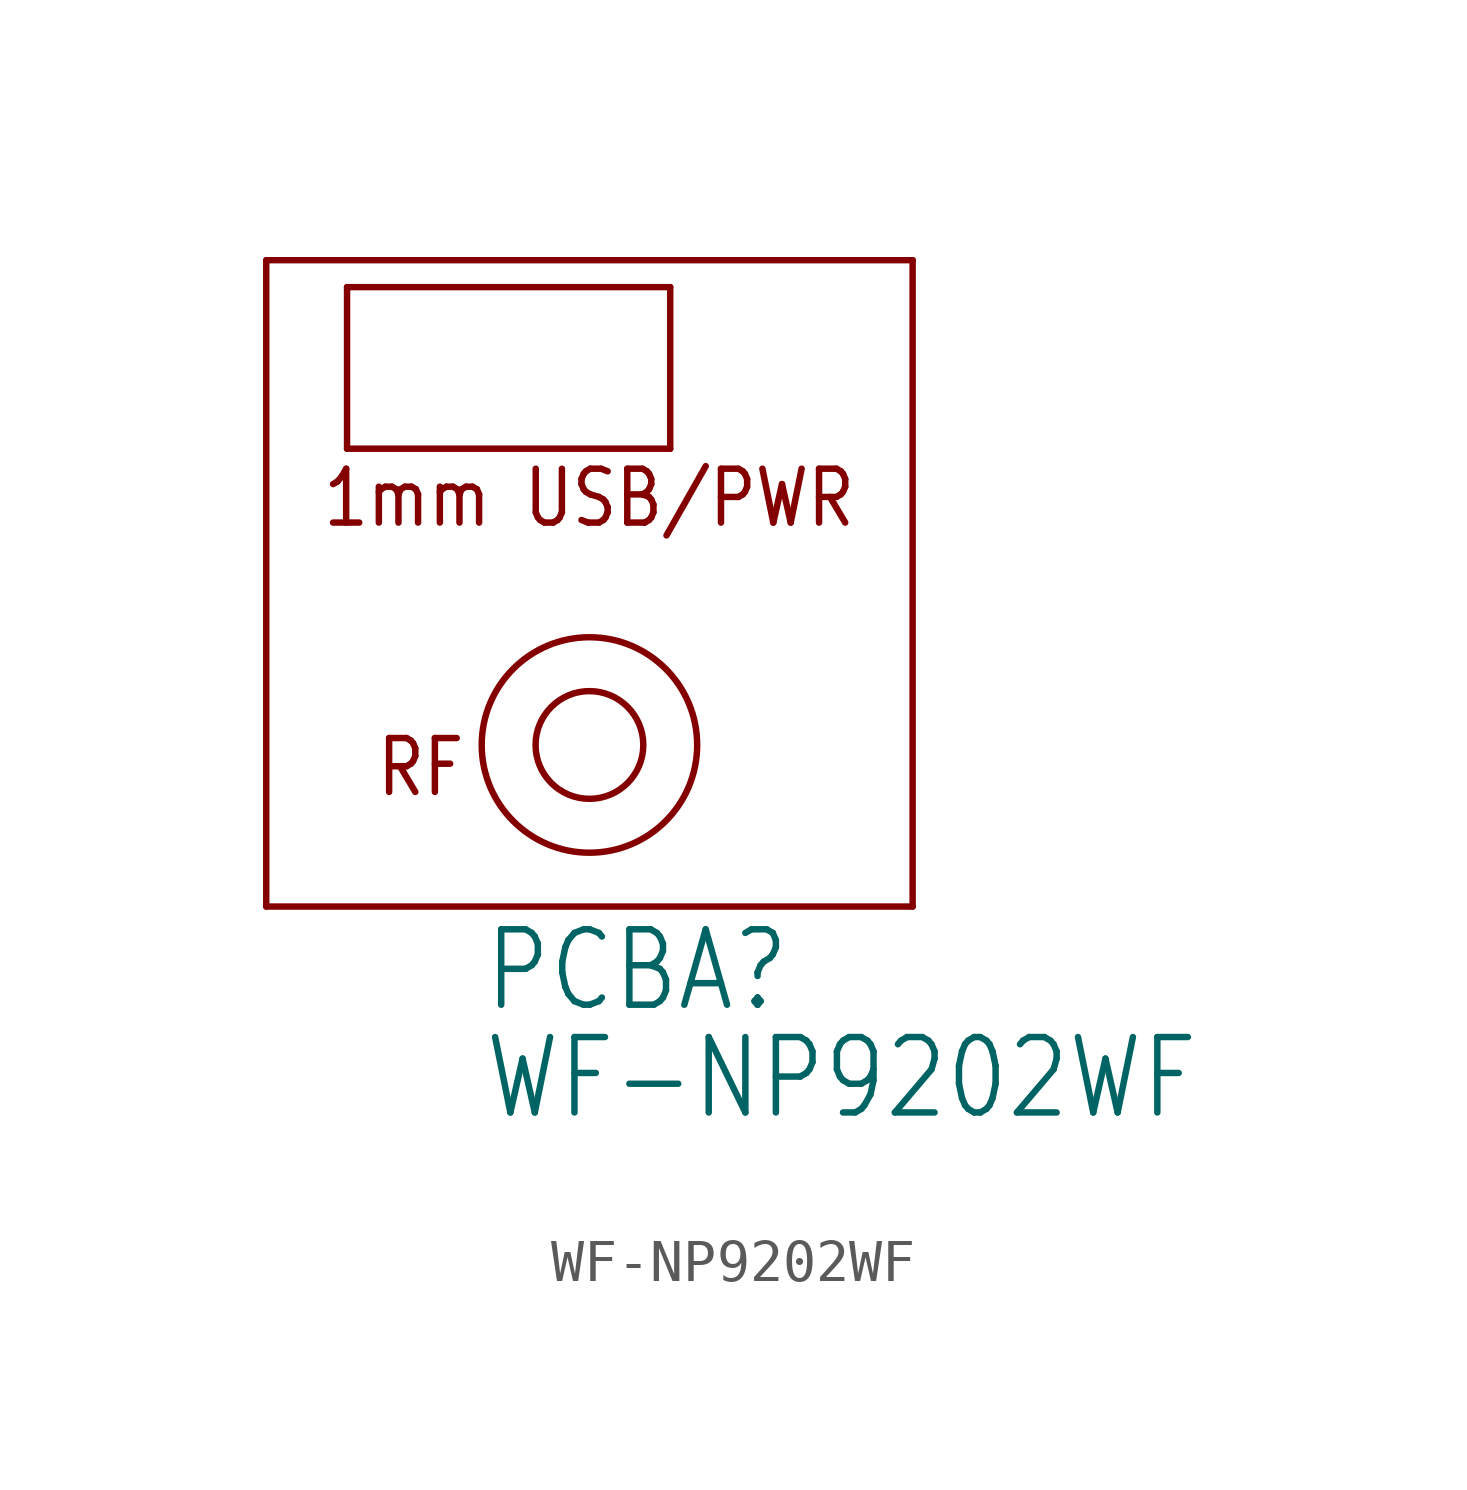
<source format=kicad_sym>
(kicad_symbol_lib
  (version 20211014)
  (generator kicad_symbol_editor)
  (symbol "WF-NP9202WF"
    (property "Reference" "PCBA"
      (at -2.54 -10.16 0)
      (effects (font (size 1.778 1.511)) (justify left bottom)))
    (property "Value" "WF-NP9202WF"
      (at -2.54 -12.7 0)
      (effects (font (size 1.778 1.511)) (justify left bottom)))
    (property "ki_locked" ""
      (at 0 0 0)
      (effects (font (size 1.27 1.27))))
    (symbol "WF-NP9202WF_1_0"
      (circle (center 0 -3.81) (radius 1.27) (stroke (width 0.152) (type default) (color 0 0 0 0)) (fill (type none)))
      (circle (center 0 -3.81) (radius 2.54) (stroke (width 0.152) (type default) (color 0 0 0 0)) (fill (type none)))
      (polyline (pts (xy -7.62 -7.62) (xy -7.62 7.62)) (stroke (width 0.152) (type default) (color 0 0 0 0)) (fill (type none)))
      (polyline (pts (xy -7.62 7.62) (xy 7.62 7.62)) (stroke (width 0.152) (type default) (color 0 0 0 0)) (fill (type none)))
      (polyline (pts (xy -5.715 3.175) (xy -5.715 6.985)) (stroke (width 0.152) (type default) (color 0 0 0 0)) (fill (type none)))
      (polyline (pts (xy -5.715 6.985) (xy 1.905 6.985)) (stroke (width 0.152) (type default) (color 0 0 0 0)) (fill (type none)))
      (polyline (pts (xy 1.905 3.175) (xy -5.715 3.175)) (stroke (width 0.152) (type default) (color 0 0 0 0)) (fill (type none)))
      (polyline (pts (xy 1.905 6.985) (xy 1.905 3.175)) (stroke (width 0.152) (type default) (color 0 0 0 0)) (fill (type none)))
      (polyline (pts (xy 7.62 -7.62) (xy -7.62 -7.62)) (stroke (width 0.152) (type default) (color 0 0 0 0)) (fill (type none)))
      (polyline (pts (xy 7.62 7.62) (xy 7.62 -7.62)) (stroke (width 0.152) (type default) (color 0 0 0 0)) (fill (type none)))
      (text "1mm USB/PWR" (at -6.35 1.27 0) (effects (font (size 1.27 1.079)) (justify left bottom)))
      (text "RF" (at -5.08 -5.08 0) (effects (font (size 1.27 1.079)) (justify left bottom))))))
</source>
